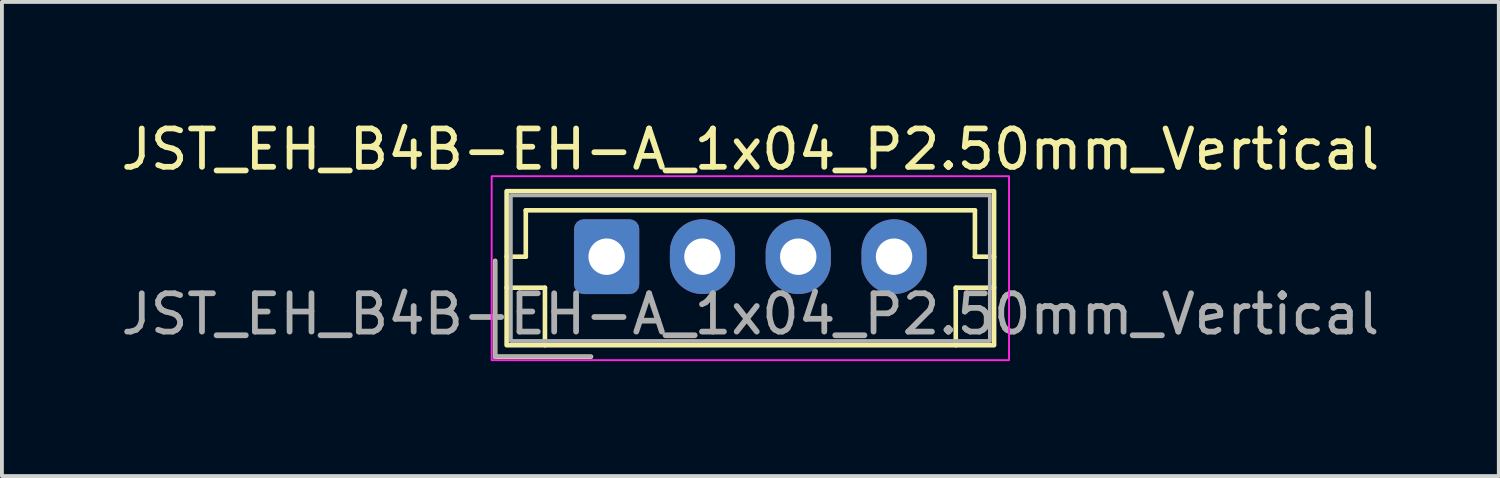
<source format=kicad_pcb>
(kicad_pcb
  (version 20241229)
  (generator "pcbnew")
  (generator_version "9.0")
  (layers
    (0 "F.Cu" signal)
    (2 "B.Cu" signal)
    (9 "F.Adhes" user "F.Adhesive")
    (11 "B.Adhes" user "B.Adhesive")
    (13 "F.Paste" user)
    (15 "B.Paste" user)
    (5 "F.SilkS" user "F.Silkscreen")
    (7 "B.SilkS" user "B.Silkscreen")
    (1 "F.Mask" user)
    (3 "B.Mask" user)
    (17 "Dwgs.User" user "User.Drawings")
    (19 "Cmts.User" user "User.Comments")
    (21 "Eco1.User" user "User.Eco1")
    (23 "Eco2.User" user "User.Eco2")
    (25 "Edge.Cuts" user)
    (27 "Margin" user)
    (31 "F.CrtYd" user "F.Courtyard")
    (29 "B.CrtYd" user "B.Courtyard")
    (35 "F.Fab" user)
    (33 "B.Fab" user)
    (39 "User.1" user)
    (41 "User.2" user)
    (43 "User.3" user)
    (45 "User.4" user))
  (footprint "JST_EH_B4B-EH-A_1x04_P2.50mm_Vertical"
    (layer "F.Cu")
    (at 12.78 3.648)
    (property "Reference" "JST_EH_B4B-EH-A_1x04_P2.50mm_Vertical" (at 3.75 -2.8 0) (layer "F.SilkS") (effects (font (size 1 1) (thickness 0.15))))
    (attr through_hole)
    (fp_line (start -2.91 0.11) (end -2.91 2.61) (stroke (width 0.12) (type solid)) (layer "F.SilkS"))
    (fp_line (start -2.91 2.61) (end -0.41 2.61) (stroke (width 0.12) (type solid)) (layer "F.SilkS"))
    (fp_line (start -2.61 0) (end -2.11 0) (stroke (width 0.12) (type solid)) (layer "F.SilkS"))
    (fp_line (start -2.61 0.81) (end -1.61 0.81) (stroke (width 0.12) (type solid)) (layer "F.SilkS"))
    (fp_line (start -2.11 -1.21) (end 9.61 -1.21) (stroke (width 0.12) (type solid)) (layer "F.SilkS"))
    (fp_line (start -2.11 0) (end -2.11 -1.21) (stroke (width 0.12) (type solid)) (layer "F.SilkS"))
    (fp_line (start -1.61 0.81) (end -1.61 2.31) (stroke (width 0.12) (type solid)) (layer "F.SilkS"))
    (fp_line (start 9.11 0.81) (end 9.11 2.31) (stroke (width 0.12) (type solid)) (layer "F.SilkS"))
    (fp_line (start 9.61 -1.21) (end 9.61 0) (stroke (width 0.12) (type solid)) (layer "F.SilkS"))
    (fp_line (start 9.61 0) (end 10.11 0) (stroke (width 0.12) (type solid)) (layer "F.SilkS"))
    (fp_line (start 10.11 0.81) (end 9.11 0.81) (stroke (width 0.12) (type solid)) (layer "F.SilkS"))
    (fp_rect (start -2.61 -1.71) (end 10.11 2.31) (stroke (width 0.12) (type solid)) (fill no) (layer "F.SilkS"))
    (fp_rect (start -3 -2.1) (end 10.5 2.7) (stroke (width 0.05) (type solid)) (fill no) (layer "F.CrtYd"))
    (fp_line (start -2.91 0.11) (end -2.91 2.61) (stroke (width 0.1) (type solid)) (layer "F.Fab"))
    (fp_line (start -2.91 2.61) (end -0.41 2.61) (stroke (width 0.1) (type solid)) (layer "F.Fab"))
    (fp_rect (start -2.5 -1.6) (end 10 2.2) (stroke (width 0.1) (type solid)) (fill no) (layer "F.Fab"))
    (fp_text user "${REFERENCE}" (at 3.75 1.5 0) (layer "F.Fab") (effects (font (size 1 1) (thickness 0.15))))
    (pad "1" thru_hole roundrect (at 0 0) (size 1.7 1.95) (drill 0.95) (layers "*.Cu" "*.Mask") (roundrect_rratio 0.147))
    (pad "2" thru_hole oval (at 2.5 0) (size 1.7 1.95) (drill 0.95) (layers "*.Cu" "*.Mask"))
    (pad "3" thru_hole oval (at 5 0) (size 1.7 1.95) (drill 0.95) (layers "*.Cu" "*.Mask"))
    (pad "4" thru_hole oval (at 7.5 0) (size 1.7 1.95) (drill 0.95) (layers "*.Cu" "*.Mask")))
  (gr_rect
    (start -3 -3)
    (end 36.06 9.373)
    (stroke (width 0.1) (type default))
    (fill no)
    (layer "Edge.Cuts")))
</source>
